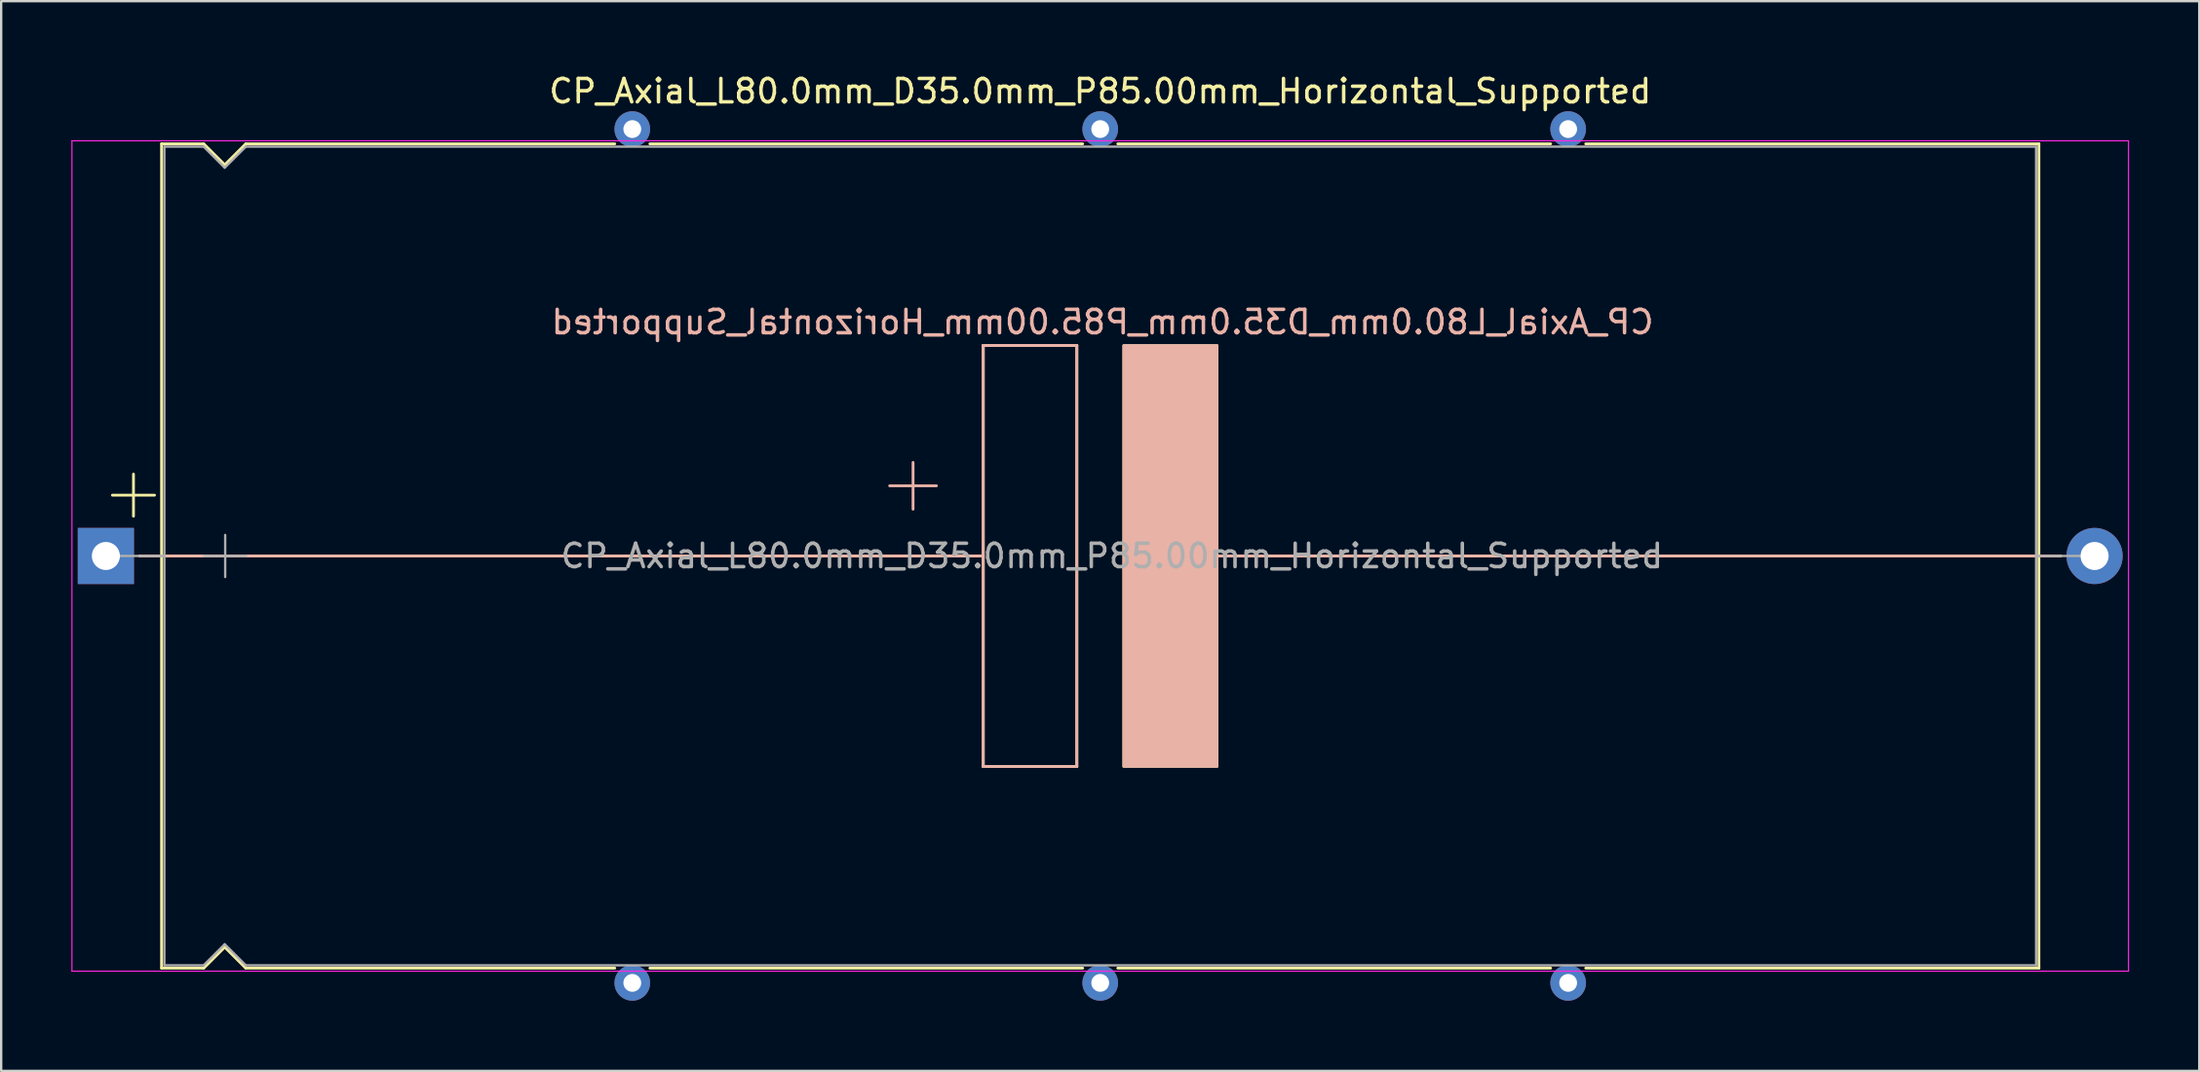
<source format=kicad_pcb>
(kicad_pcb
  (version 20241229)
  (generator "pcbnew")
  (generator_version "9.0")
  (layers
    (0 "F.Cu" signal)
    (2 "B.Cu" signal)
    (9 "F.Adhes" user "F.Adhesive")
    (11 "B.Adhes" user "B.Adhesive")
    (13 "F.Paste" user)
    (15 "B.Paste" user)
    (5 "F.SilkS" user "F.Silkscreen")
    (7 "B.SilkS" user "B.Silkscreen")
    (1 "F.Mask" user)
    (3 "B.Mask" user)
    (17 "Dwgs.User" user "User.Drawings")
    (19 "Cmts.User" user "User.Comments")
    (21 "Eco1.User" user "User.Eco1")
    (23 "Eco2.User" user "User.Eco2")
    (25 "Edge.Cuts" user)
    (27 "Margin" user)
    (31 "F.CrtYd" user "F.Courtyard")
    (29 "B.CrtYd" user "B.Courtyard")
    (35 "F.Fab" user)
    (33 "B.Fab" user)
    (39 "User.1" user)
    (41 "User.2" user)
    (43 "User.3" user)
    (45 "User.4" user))
  (footprint "CP_Axial_L80.0mm_D35.0mm_P85.00mm_Horizontal_Supported"
    (layer "F.Cu")
    (at 1.475 20.718)
    (property "Reference" "CP_Axial_L80.0mm_D35.0mm_P85.00mm_Horizontal_Supported" (at 42.5 -19.87 0) (layer "F.SilkS") (effects (font (size 1 1) (thickness 0.15))))
    (fp_line (start 0.28 -2.6) (end 2.08 -2.6) (stroke (width 0.12) (type solid)) (layer "F.SilkS"))
    (fp_line (start 1.18 -3.5) (end 1.18 -1.7) (stroke (width 0.12) (type solid)) (layer "F.SilkS"))
    (fp_line (start 1.44 0) (end 2.38 0) (stroke (width 0.12) (type solid)) (layer "F.SilkS"))
    (fp_line (start 2.38 -17.62) (end 2.38 17.62) (stroke (width 0.12) (type solid)) (layer "F.SilkS"))
    (fp_line (start 2.38 -17.62) (end 4.18 -17.62) (stroke (width 0.12) (type solid)) (layer "F.SilkS"))
    (fp_line (start 2.38 0) (end 37.5 0) (stroke (width 0.12) (type solid)) (layer "F.SilkS"))
    (fp_line (start 2.38 17.62) (end 4.18 17.62) (stroke (width 0.12) (type solid)) (layer "F.SilkS"))
    (fp_line (start 4.18 -17.62) (end 5.08 -16.72) (stroke (width 0.12) (type solid)) (layer "F.SilkS"))
    (fp_line (start 4.18 17.62) (end 5.08 16.72) (stroke (width 0.12) (type solid)) (layer "F.SilkS"))
    (fp_line (start 5.08 -16.72) (end 5.98 -17.62) (stroke (width 0.12) (type solid)) (layer "F.SilkS"))
    (fp_line (start 5.08 16.72) (end 5.98 17.62) (stroke (width 0.12) (type solid)) (layer "F.SilkS"))
    (fp_line (start 5.98 -17.62) (end 21.75 -17.62) (stroke (width 0.12) (type solid)) (layer "F.SilkS"))
    (fp_line (start 5.98 17.62) (end 21.75 17.62) (stroke (width 0.12) (type solid)) (layer "F.SilkS"))
    (fp_line (start 23.25 -17.62) (end 41.75 -17.62) (stroke (width 0.12) (type solid)) (layer "F.SilkS"))
    (fp_line (start 23.25 17.62) (end 41.75 17.62) (stroke (width 0.12) (type solid)) (layer "F.SilkS"))
    (fp_line (start 37.5 -9) (end 41.5 -9) (stroke (width 0.12) (type solid)) (layer "F.SilkS"))
    (fp_line (start 37.5 9) (end 37.5 -9) (stroke (width 0.12) (type solid)) (layer "F.SilkS"))
    (fp_line (start 41.5 -9) (end 41.5 9) (stroke (width 0.12) (type solid)) (layer "F.SilkS"))
    (fp_line (start 41.5 9) (end 37.5 9) (stroke (width 0.12) (type solid)) (layer "F.SilkS"))
    (fp_line (start 43.25 -17.62) (end 61.75 -17.62) (stroke (width 0.12) (type solid)) (layer "F.SilkS"))
    (fp_line (start 43.25 17.62) (end 61.75 17.62) (stroke (width 0.12) (type solid)) (layer "F.SilkS"))
    (fp_line (start 47 0) (end 82.62 0) (stroke (width 0.12) (type solid)) (layer "F.SilkS"))
    (fp_line (start 63.25 -17.62) (end 82.62 -17.62) (stroke (width 0.12) (type solid)) (layer "F.SilkS"))
    (fp_line (start 63.25 17.62) (end 82.62 17.62) (stroke (width 0.12) (type solid)) (layer "F.SilkS"))
    (fp_line (start 82.62 -17.62) (end 82.62 17.62) (stroke (width 0.12) (type solid)) (layer "F.SilkS"))
    (fp_line (start 83.56 0) (end 82.62 0) (stroke (width 0.12) (type solid)) (layer "F.SilkS"))
    (fp_poly (pts (xy 47.5 9) (xy 43.5 9) (xy 43.5 -9) (xy 47.5 -9)) (stroke (width 0.1) (type solid)) (fill yes) (layer "F.SilkS"))
    (fp_line (start 1.5 0) (end 9.38 0) (stroke (width 0.12) (type solid)) (layer "B.SilkS"))
    (fp_line (start 9.38 0) (end 37.5 0) (stroke (width 0.12) (type solid)) (layer "B.SilkS"))
    (fp_line (start 34.5 -2) (end 34.5 -4) (stroke (width 0.12) (type solid)) (layer "B.SilkS"))
    (fp_line (start 35.5 -3) (end 33.5 -3) (stroke (width 0.12) (type solid)) (layer "B.SilkS"))
    (fp_line (start 37.5 -9) (end 41.5 -9) (stroke (width 0.12) (type solid)) (layer "B.SilkS"))
    (fp_line (start 37.5 9) (end 37.5 -9) (stroke (width 0.12) (type solid)) (layer "B.SilkS"))
    (fp_line (start 41.5 -9) (end 41.5 9) (stroke (width 0.12) (type solid)) (layer "B.SilkS"))
    (fp_line (start 41.5 9) (end 37.5 9) (stroke (width 0.12) (type solid)) (layer "B.SilkS"))
    (fp_line (start 47.5 0) (end 76.62 0) (stroke (width 0.12) (type solid)) (layer "B.SilkS"))
    (fp_line (start 83.5 0) (end 76.62 0) (stroke (width 0.12) (type solid)) (layer "B.SilkS"))
    (fp_poly (pts (xy 47.5 9) (xy 43.5 9) (xy 43.5 -9) (xy 47.5 -9)) (stroke (width 0.1) (type solid)) (fill yes) (layer "B.SilkS"))
    (fp_line (start -1.45 -17.75) (end -1.45 17.75) (stroke (width 0.05) (type solid)) (layer "F.CrtYd"))
    (fp_line (start -1.45 17.75) (end 86.45 17.75) (stroke (width 0.05) (type solid)) (layer "F.CrtYd"))
    (fp_line (start 86.45 -17.75) (end -1.45 -17.75) (stroke (width 0.05) (type solid)) (layer "F.CrtYd"))
    (fp_line (start 86.45 17.75) (end 86.45 -17.75) (stroke (width 0.05) (type solid)) (layer "F.CrtYd"))
    (fp_line (start 0 0) (end 2.5 0) (stroke (width 0.1) (type solid)) (layer "F.Fab"))
    (fp_line (start 2.5 -17.5) (end 2.5 17.5) (stroke (width 0.1) (type solid)) (layer "F.Fab"))
    (fp_line (start 2.5 -17.5) (end 4.18 -17.5) (stroke (width 0.1) (type solid)) (layer "F.Fab"))
    (fp_line (start 2.5 17.5) (end 4.18 17.5) (stroke (width 0.1) (type solid)) (layer "F.Fab"))
    (fp_line (start 4.18 -17.5) (end 5.08 -16.6) (stroke (width 0.1) (type solid)) (layer "F.Fab"))
    (fp_line (start 4.18 17.5) (end 5.08 16.6) (stroke (width 0.1) (type solid)) (layer "F.Fab"))
    (fp_line (start 4.2 0) (end 6 0) (stroke (width 0.1) (type solid)) (layer "F.Fab"))
    (fp_line (start 5.08 -16.6) (end 5.98 -17.5) (stroke (width 0.1) (type solid)) (layer "F.Fab"))
    (fp_line (start 5.08 16.6) (end 5.98 17.5) (stroke (width 0.1) (type solid)) (layer "F.Fab"))
    (fp_line (start 5.1 -0.9) (end 5.1 0.9) (stroke (width 0.1) (type solid)) (layer "F.Fab"))
    (fp_line (start 5.98 -17.5) (end 82.5 -17.5) (stroke (width 0.1) (type solid)) (layer "F.Fab"))
    (fp_line (start 5.98 17.5) (end 82.5 17.5) (stroke (width 0.1) (type solid)) (layer "F.Fab"))
    (fp_line (start 82.5 -17.5) (end 82.5 17.5) (stroke (width 0.1) (type solid)) (layer "F.Fab"))
    (fp_line (start 85 0) (end 82.5 0) (stroke (width 0.1) (type solid)) (layer "F.Fab"))
    (fp_text user "${REFERENCE}" (at 42.6 -10 0) (layer "B.SilkS") (effects (font (size 1 1) (thickness 0.15)) (justify mirror)))
    (fp_text user "${REFERENCE}" (at 43 0 0) (layer "F.Fab") (effects (font (size 1 1) (thickness 0.15))))
    (pad "" thru_hole circle (at 22.5 -18.25) (size 1.524 1.524) (drill 0.762) (layers "*.Cu" "*.Mask"))
    (pad "" thru_hole circle (at 22.5 18.25) (size 1.524 1.524) (drill 0.762) (layers "*.Cu" "*.Mask"))
    (pad "" thru_hole circle (at 42.5 -18.25) (size 1.524 1.524) (drill 0.762) (layers "*.Cu" "*.Mask"))
    (pad "" thru_hole circle (at 42.5 18.25) (size 1.524 1.524) (drill 0.762) (layers "*.Cu" "*.Mask"))
    (pad "" thru_hole circle (at 62.5 -18.25) (size 1.524 1.524) (drill 0.762) (layers "*.Cu" "*.Mask"))
    (pad "" thru_hole circle (at 62.5 18.25) (size 1.524 1.524) (drill 0.762) (layers "*.Cu" "*.Mask"))
    (pad "1" thru_hole rect (at 0 0) (size 2.4 2.4) (drill 1.2) (layers "*.Cu" "*.Mask"))
    (pad "2" thru_hole oval (at 85 0) (size 2.4 2.4) (drill 1.2) (layers "*.Cu" "*.Mask")))
  (gr_rect
    (start -3 -3)
    (end 90.95 42.73)
    (stroke (width 0.1) (type default))
    (fill no)
    (layer "Edge.Cuts")))
</source>
